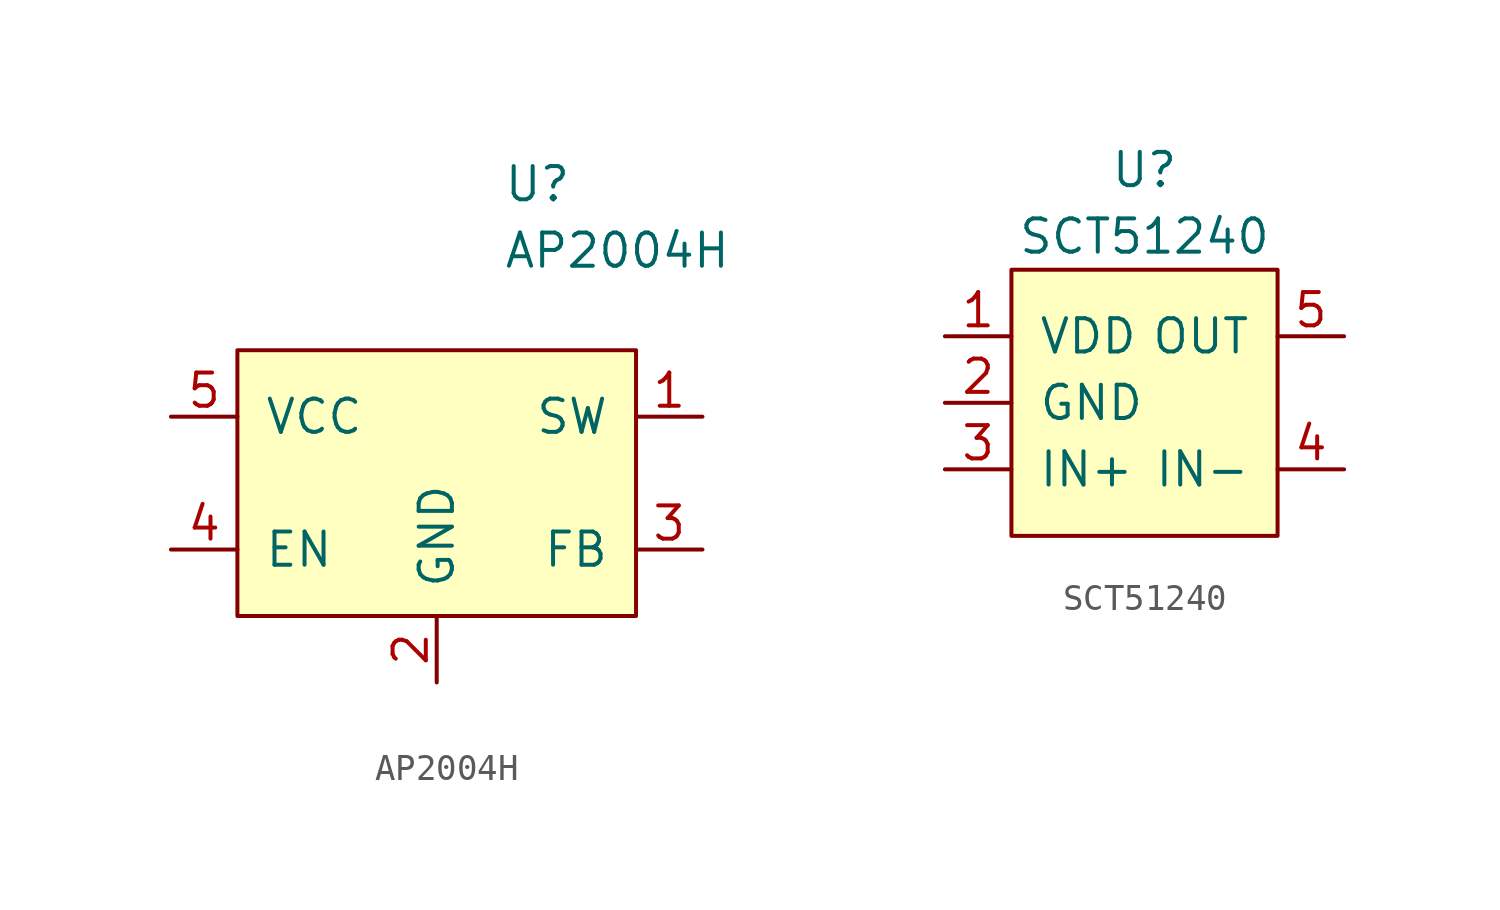
<source format=kicad_sym>
(kicad_symbol_lib
  (version 20231120)
  (generator "kicad_symbol_editor")
  (generator_version "8.0")
  (symbol "AP2004H"
    (pin_names
      (offset 1.016))
    (property "Reference" "U"
      (at 2.54 11.43 0)
      (effects (font (size 1.27 1.27)) (justify left)))
    (property "Value" "AP2004H"
      (at 2.54 8.89 0)
      (effects (font (size 1.27 1.27)) (justify left)))
    (symbol "AP2004H_0_1"
      (rectangle (start -7.62 5.08) (end 7.62 -5.08) (stroke (width 0) (type default)) (fill (type background))))
    (symbol "AP2004H_1_1"
      (pin power_out line (at 10.16 2.54 180) (length 2.54) (name "SW" (effects (font (size 1.27 1.27)))) (number "1" (effects (font (size 1.27 1.27)))))
      (pin power_in line (at 0 -7.62 90) (length 2.54) (name "GND" (effects (font (size 1.27 1.27)))) (number "2" (effects (font (size 1.27 1.27)))))
      (pin input line (at 10.16 -2.54 180) (length 2.54) (name "FB" (effects (font (size 1.27 1.27)))) (number "3" (effects (font (size 1.27 1.27)))))
      (pin input line (at -10.16 -2.54 0) (length 2.54) (name "EN" (effects (font (size 1.27 1.27)))) (number "4" (effects (font (size 1.27 1.27)))))
      (pin power_in line (at -10.16 2.54 0) (length 2.54) (name "VCC" (effects (font (size 1.27 1.27)))) (number "5" (effects (font (size 1.27 1.27)))))
      (pin no_connect line (at 5.08 -7.62 90) (length 2.54) hide (name "NC" (effects (font (size 1.27 1.27)))) (number "6" (effects (font (size 1.27 1.27)))))))
  (symbol "SCT51240"
    (pin_names
      (offset 1.016))
    (property "Reference" "U"
      (at 0 6.35 0)
      (effects (font (size 1.27 1.27))))
    (property "Value" "SCT51240"
      (at 0 3.81 0)
      (effects (font (size 1.27 1.27))))
    (symbol "SCT51240_0_1"
      (rectangle (start -5.08 2.54) (end 5.08 -7.62) (stroke (width 0) (type default)) (fill (type background))))
    (symbol "SCT51240_1_1"
      (pin power_in line (at -7.62 0 0) (length 2.54) (name "VDD" (effects (font (size 1.27 1.27)))) (number "1" (effects (font (size 1.27 1.27)))))
      (pin power_in line (at -7.62 -2.54 0) (length 2.54) (name "GND" (effects (font (size 1.27 1.27)))) (number "2" (effects (font (size 1.27 1.27)))))
      (pin input line (at -7.62 -5.08 0) (length 2.54) (name "IN+" (effects (font (size 1.27 1.27)))) (number "3" (effects (font (size 1.27 1.27)))))
      (pin input line (at 7.62 -5.08 180) (length 2.54) (name "IN-" (effects (font (size 1.27 1.27)))) (number "4" (effects (font (size 1.27 1.27)))))
      (pin input line (at 7.62 0 180) (length 2.54) (name "OUT" (effects (font (size 1.27 1.27)))) (number "5" (effects (font (size 1.27 1.27))))))))
</source>
